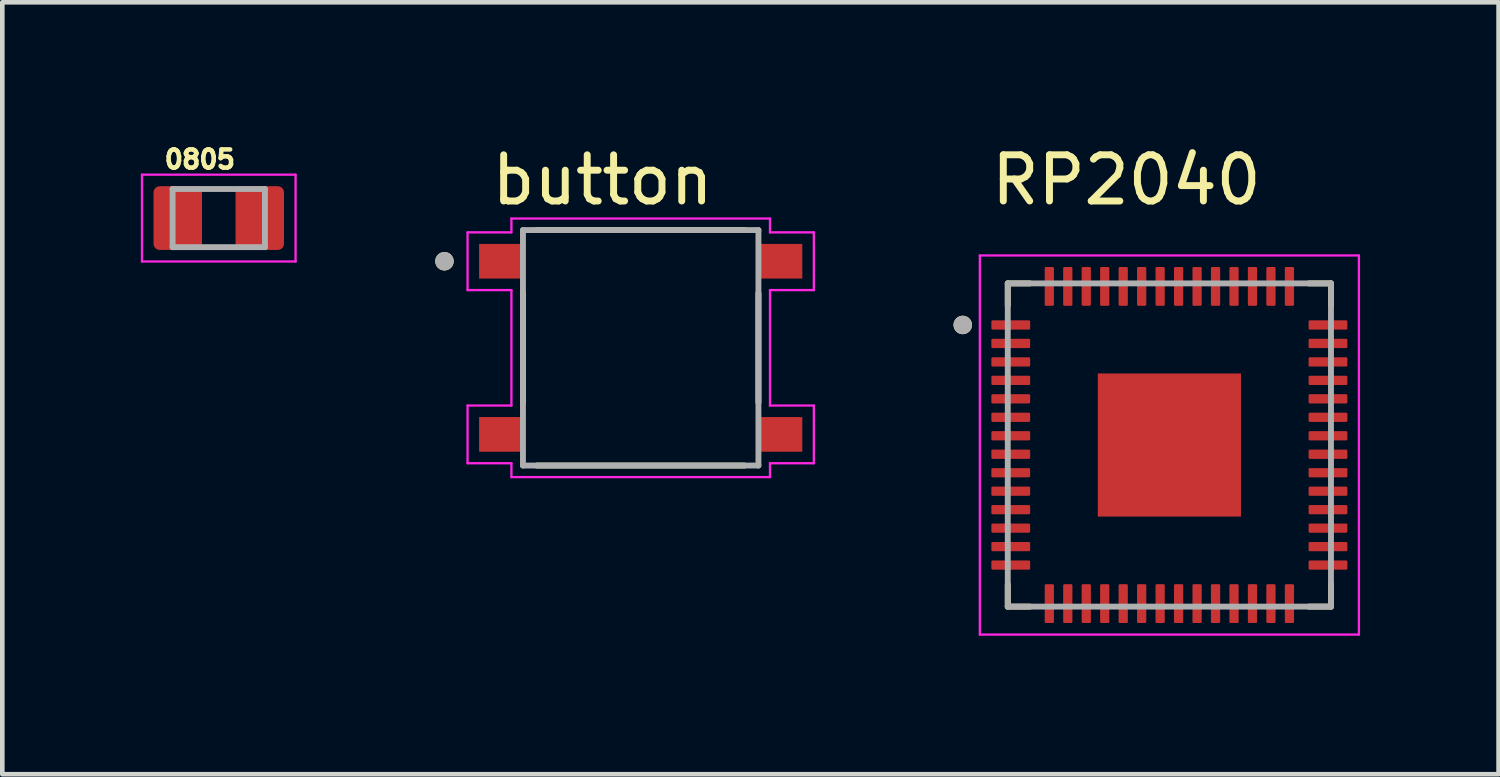
<source format=kicad_pcb>
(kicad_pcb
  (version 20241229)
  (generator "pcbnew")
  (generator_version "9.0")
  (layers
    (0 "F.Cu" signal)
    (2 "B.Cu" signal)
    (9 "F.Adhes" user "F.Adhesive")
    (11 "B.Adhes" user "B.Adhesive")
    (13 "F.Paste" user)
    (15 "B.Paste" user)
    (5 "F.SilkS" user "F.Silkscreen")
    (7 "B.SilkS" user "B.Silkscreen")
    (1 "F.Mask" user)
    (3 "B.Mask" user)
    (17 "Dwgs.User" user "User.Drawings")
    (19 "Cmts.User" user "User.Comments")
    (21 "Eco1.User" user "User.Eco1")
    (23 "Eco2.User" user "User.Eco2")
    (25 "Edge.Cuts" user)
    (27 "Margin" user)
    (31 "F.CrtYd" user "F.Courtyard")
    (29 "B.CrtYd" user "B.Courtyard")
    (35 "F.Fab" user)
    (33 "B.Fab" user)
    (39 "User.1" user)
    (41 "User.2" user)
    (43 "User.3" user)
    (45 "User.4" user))
  (footprint "RP2040"
    (layer "F.Cu")
    (at 22.276 6.588)
    (property "Reference" "RP2040" (at -0.93 -5.74 0) (layer "F.SilkS") (effects (font (size 1 1) (thickness 0.15))))
    (attr smd)
    (fp_line (start -3.5 -3.5) (end -3.5 -3.02) (stroke (width 0.127) (type solid)) (layer "F.SilkS"))
    (fp_line (start -3.5 -3.5) (end -3.02 -3.5) (stroke (width 0.127) (type solid)) (layer "F.SilkS"))
    (fp_line (start -3.5 3.5) (end -3.5 3.02) (stroke (width 0.127) (type solid)) (layer "F.SilkS"))
    (fp_line (start -3.5 3.5) (end -3.02 3.5) (stroke (width 0.127) (type solid)) (layer "F.SilkS"))
    (fp_line (start 3.5 -3.5) (end 3.02 -3.5) (stroke (width 0.127) (type solid)) (layer "F.SilkS"))
    (fp_line (start 3.5 -3.5) (end 3.5 -3.02) (stroke (width 0.127) (type solid)) (layer "F.SilkS"))
    (fp_line (start 3.5 3.5) (end 3.02 3.5) (stroke (width 0.127) (type solid)) (layer "F.SilkS"))
    (fp_line (start 3.5 3.5) (end 3.5 3.02) (stroke (width 0.127) (type solid)) (layer "F.SilkS"))
    (fp_circle (center -4.475 -2.6) (end -4.375 -2.6) (stroke (width 0.2) (type solid)) (fill no) (layer "F.SilkS"))
    (fp_poly (pts (xy -0.98 -0.98) (xy 0.98 -0.98) (xy 0.98 0.98) (xy -0.98 0.98)) (stroke (width 0.01) (type solid)) (fill yes) (layer "F.Paste"))
    (fp_line (start -4.105 -4.105) (end 4.105 -4.105) (stroke (width 0.05) (type solid)) (layer "F.CrtYd"))
    (fp_line (start -4.105 4.105) (end -4.105 -4.105) (stroke (width 0.05) (type solid)) (layer "F.CrtYd"))
    (fp_line (start -4.105 4.105) (end 4.105 4.105) (stroke (width 0.05) (type solid)) (layer "F.CrtYd"))
    (fp_line (start 4.105 4.105) (end 4.105 -4.105) (stroke (width 0.05) (type solid)) (layer "F.CrtYd"))
    (fp_line (start -3.5 3.5) (end -3.5 -3.5) (stroke (width 0.127) (type solid)) (layer "F.Fab"))
    (fp_line (start 3.5 -3.5) (end -3.5 -3.5) (stroke (width 0.127) (type solid)) (layer "F.Fab"))
    (fp_line (start 3.5 3.5) (end -3.5 3.5) (stroke (width 0.127) (type solid)) (layer "F.Fab"))
    (fp_line (start 3.5 3.5) (end 3.5 -3.5) (stroke (width 0.127) (type solid)) (layer "F.Fab"))
    (fp_circle (center -4.475 -2.6) (end -4.375 -2.6) (stroke (width 0.2) (type solid)) (fill no) (layer "F.Fab"))
    (pad "1" smd roundrect (at -3.435 -2.6) (size 0.84 0.2) (layers "F.Cu" "F.Mask" "F.Paste") (roundrect_rratio 0.125))
    (pad "2" smd roundrect (at -3.435 -2.2) (size 0.84 0.2) (layers "F.Cu" "F.Mask" "F.Paste") (roundrect_rratio 0.125))
    (pad "3" smd roundrect (at -3.435 -1.8) (size 0.84 0.2) (layers "F.Cu" "F.Mask" "F.Paste") (roundrect_rratio 0.125))
    (pad "4" smd roundrect (at -3.435 -1.4) (size 0.84 0.2) (layers "F.Cu" "F.Mask" "F.Paste") (roundrect_rratio 0.125))
    (pad "5" smd roundrect (at -3.435 -1) (size 0.84 0.2) (layers "F.Cu" "F.Mask" "F.Paste") (roundrect_rratio 0.125))
    (pad "6" smd roundrect (at -3.435 -0.6) (size 0.84 0.2) (layers "F.Cu" "F.Mask" "F.Paste") (roundrect_rratio 0.125))
    (pad "7" smd roundrect (at -3.435 -0.2) (size 0.84 0.2) (layers "F.Cu" "F.Mask" "F.Paste") (roundrect_rratio 0.125))
    (pad "8" smd roundrect (at -3.435 0.2) (size 0.84 0.2) (layers "F.Cu" "F.Mask" "F.Paste") (roundrect_rratio 0.125))
    (pad "9" smd roundrect (at -3.435 0.6) (size 0.84 0.2) (layers "F.Cu" "F.Mask" "F.Paste") (roundrect_rratio 0.125))
    (pad "10" smd roundrect (at -3.435 1) (size 0.84 0.2) (layers "F.Cu" "F.Mask" "F.Paste") (roundrect_rratio 0.125))
    (pad "11" smd roundrect (at -3.435 1.4) (size 0.84 0.2) (layers "F.Cu" "F.Mask" "F.Paste") (roundrect_rratio 0.125))
    (pad "12" smd roundrect (at -3.435 1.8) (size 0.84 0.2) (layers "F.Cu" "F.Mask" "F.Paste") (roundrect_rratio 0.125))
    (pad "13" smd roundrect (at -3.435 2.2) (size 0.84 0.2) (layers "F.Cu" "F.Mask" "F.Paste") (roundrect_rratio 0.125))
    (pad "14" smd roundrect (at -3.435 2.6) (size 0.84 0.2) (layers "F.Cu" "F.Mask" "F.Paste") (roundrect_rratio 0.125))
    (pad "15" smd roundrect (at -2.6 3.435) (size 0.2 0.84) (layers "F.Cu" "F.Mask" "F.Paste") (roundrect_rratio 0.125))
    (pad "16" smd roundrect (at -2.2 3.435) (size 0.2 0.84) (layers "F.Cu" "F.Mask" "F.Paste") (roundrect_rratio 0.125))
    (pad "17" smd roundrect (at -1.8 3.435) (size 0.2 0.84) (layers "F.Cu" "F.Mask" "F.Paste") (roundrect_rratio 0.125))
    (pad "18" smd roundrect (at -1.4 3.435) (size 0.2 0.84) (layers "F.Cu" "F.Mask" "F.Paste") (roundrect_rratio 0.125))
    (pad "19" smd roundrect (at -1 3.435) (size 0.2 0.84) (layers "F.Cu" "F.Mask" "F.Paste") (roundrect_rratio 0.125))
    (pad "20" smd roundrect (at -0.6 3.435) (size 0.2 0.84) (layers "F.Cu" "F.Mask" "F.Paste") (roundrect_rratio 0.125))
    (pad "21" smd roundrect (at -0.2 3.435) (size 0.2 0.84) (layers "F.Cu" "F.Mask" "F.Paste") (roundrect_rratio 0.125))
    (pad "22" smd roundrect (at 0.2 3.435) (size 0.2 0.84) (layers "F.Cu" "F.Mask" "F.Paste") (roundrect_rratio 0.125))
    (pad "23" smd roundrect (at 0.6 3.435) (size 0.2 0.84) (layers "F.Cu" "F.Mask" "F.Paste") (roundrect_rratio 0.125))
    (pad "24" smd roundrect (at 1 3.435) (size 0.2 0.84) (layers "F.Cu" "F.Mask" "F.Paste") (roundrect_rratio 0.125))
    (pad "25" smd roundrect (at 1.4 3.435) (size 0.2 0.84) (layers "F.Cu" "F.Mask" "F.Paste") (roundrect_rratio 0.125))
    (pad "26" smd roundrect (at 1.8 3.435) (size 0.2 0.84) (layers "F.Cu" "F.Mask" "F.Paste") (roundrect_rratio 0.125))
    (pad "27" smd roundrect (at 2.2 3.435) (size 0.2 0.84) (layers "F.Cu" "F.Mask" "F.Paste") (roundrect_rratio 0.125))
    (pad "28" smd roundrect (at 2.6 3.435) (size 0.2 0.84) (layers "F.Cu" "F.Mask" "F.Paste") (roundrect_rratio 0.125))
    (pad "29" smd roundrect (at 3.435 2.6) (size 0.84 0.2) (layers "F.Cu" "F.Mask" "F.Paste") (roundrect_rratio 0.125))
    (pad "30" smd roundrect (at 3.435 2.2) (size 0.84 0.2) (layers "F.Cu" "F.Mask" "F.Paste") (roundrect_rratio 0.125))
    (pad "31" smd roundrect (at 3.435 1.8) (size 0.84 0.2) (layers "F.Cu" "F.Mask" "F.Paste") (roundrect_rratio 0.125))
    (pad "32" smd roundrect (at 3.435 1.4) (size 0.84 0.2) (layers "F.Cu" "F.Mask" "F.Paste") (roundrect_rratio 0.125))
    (pad "33" smd roundrect (at 3.435 1) (size 0.84 0.2) (layers "F.Cu" "F.Mask" "F.Paste") (roundrect_rratio 0.125))
    (pad "34" smd roundrect (at 3.435 0.6) (size 0.84 0.2) (layers "F.Cu" "F.Mask" "F.Paste") (roundrect_rratio 0.125))
    (pad "35" smd roundrect (at 3.435 0.2) (size 0.84 0.2) (layers "F.Cu" "F.Mask" "F.Paste") (roundrect_rratio 0.125))
    (pad "36" smd roundrect (at 3.435 -0.2) (size 0.84 0.2) (layers "F.Cu" "F.Mask" "F.Paste") (roundrect_rratio 0.125))
    (pad "37" smd roundrect (at 3.435 -0.6) (size 0.84 0.2) (layers "F.Cu" "F.Mask" "F.Paste") (roundrect_rratio 0.125))
    (pad "38" smd roundrect (at 3.435 -1) (size 0.84 0.2) (layers "F.Cu" "F.Mask" "F.Paste") (roundrect_rratio 0.125))
    (pad "39" smd roundrect (at 3.435 -1.4) (size 0.84 0.2) (layers "F.Cu" "F.Mask" "F.Paste") (roundrect_rratio 0.125))
    (pad "40" smd roundrect (at 3.435 -1.8) (size 0.84 0.2) (layers "F.Cu" "F.Mask" "F.Paste") (roundrect_rratio 0.125))
    (pad "41" smd roundrect (at 3.435 -2.2) (size 0.84 0.2) (layers "F.Cu" "F.Mask" "F.Paste") (roundrect_rratio 0.125))
    (pad "42" smd roundrect (at 3.435 -2.6) (size 0.84 0.2) (layers "F.Cu" "F.Mask" "F.Paste") (roundrect_rratio 0.125))
    (pad "43" smd roundrect (at 2.6 -3.435) (size 0.2 0.84) (layers "F.Cu" "F.Mask" "F.Paste") (roundrect_rratio 0.125))
    (pad "44" smd roundrect (at 2.2 -3.435) (size 0.2 0.84) (layers "F.Cu" "F.Mask" "F.Paste") (roundrect_rratio 0.125))
    (pad "45" smd roundrect (at 1.8 -3.435) (size 0.2 0.84) (layers "F.Cu" "F.Mask" "F.Paste") (roundrect_rratio 0.125))
    (pad "46" smd roundrect (at 1.4 -3.435) (size 0.2 0.84) (layers "F.Cu" "F.Mask" "F.Paste") (roundrect_rratio 0.125))
    (pad "47" smd roundrect (at 1 -3.435) (size 0.2 0.84) (layers "F.Cu" "F.Mask" "F.Paste") (roundrect_rratio 0.125))
    (pad "48" smd roundrect (at 0.6 -3.435) (size 0.2 0.84) (layers "F.Cu" "F.Mask" "F.Paste") (roundrect_rratio 0.125))
    (pad "49" smd roundrect (at 0.2 -3.435) (size 0.2 0.84) (layers "F.Cu" "F.Mask" "F.Paste") (roundrect_rratio 0.125))
    (pad "50" smd roundrect (at -0.2 -3.435) (size 0.2 0.84) (layers "F.Cu" "F.Mask" "F.Paste") (roundrect_rratio 0.125))
    (pad "51" smd roundrect (at -0.6 -3.435) (size 0.2 0.84) (layers "F.Cu" "F.Mask" "F.Paste") (roundrect_rratio 0.125))
    (pad "52" smd roundrect (at -1 -3.435) (size 0.2 0.84) (layers "F.Cu" "F.Mask" "F.Paste") (roundrect_rratio 0.125))
    (pad "53" smd roundrect (at -1.4 -3.435) (size 0.2 0.84) (layers "F.Cu" "F.Mask" "F.Paste") (roundrect_rratio 0.125))
    (pad "54" smd roundrect (at -1.8 -3.435) (size 0.2 0.84) (layers "F.Cu" "F.Mask" "F.Paste") (roundrect_rratio 0.125))
    (pad "55" smd roundrect (at -2.2 -3.435) (size 0.2 0.84) (layers "F.Cu" "F.Mask" "F.Paste") (roundrect_rratio 0.125))
    (pad "56" smd roundrect (at -2.6 -3.435) (size 0.2 0.84) (layers "F.Cu" "F.Mask" "F.Paste") (roundrect_rratio 0.125))
    (pad "57" smd rect (at 0 0) (size 3.1 3.1) (layers "F.Cu" "F.Mask")))
  (footprint "0805"
    (layer "F.Cu")
    (at 1.688 1.673)
    (property "Reference" "0805" (at -0.41 -1.27 0) (layer "F.SilkS") (effects (font (size 0.394 0.394) (thickness 0.098))))
    (attr smd)
    (fp_line (start -1.663 -0.94) (end 1.663 -0.94) (stroke (width 0.05) (type solid)) (layer "F.CrtYd"))
    (fp_line (start -1.663 0.94) (end -1.663 -0.94) (stroke (width 0.05) (type solid)) (layer "F.CrtYd"))
    (fp_line (start -1.663 0.94) (end 1.663 0.94) (stroke (width 0.05) (type solid)) (layer "F.CrtYd"))
    (fp_line (start 1.663 0.94) (end 1.663 -0.94) (stroke (width 0.05) (type solid)) (layer "F.CrtYd"))
    (fp_line (start -1 0.63) (end -1 -0.63) (stroke (width 0.127) (type solid)) (layer "F.Fab"))
    (fp_line (start 1 -0.63) (end -1 -0.63) (stroke (width 0.127) (type solid)) (layer "F.Fab"))
    (fp_line (start 1 0.63) (end -1 0.63) (stroke (width 0.127) (type solid)) (layer "F.Fab"))
    (fp_line (start 1 0.63) (end 1 -0.63) (stroke (width 0.127) (type solid)) (layer "F.Fab"))
    (pad "1" smd roundrect (at -0.888 0) (size 1.05 1.38) (layers "F.Cu" "F.Mask" "F.Paste") (roundrect_rratio 0.125))
    (pad "2" smd roundrect (at 0.888 0) (size 1.05 1.38) (layers "F.Cu" "F.Mask" "F.Paste") (roundrect_rratio 0.125)))
  (footprint "button"
    (layer "F.Cu")
    (at 10.826 4.483)
    (property "Reference" "button" (at -0.825 -3.635 0) (layer "F.SilkS") (effects (font (size 1 1) (thickness 0.15))))
    (attr smd)
    (fp_line (start -2.55 -1.18) (end -2.55 1.18) (stroke (width 0.127) (type solid)) (layer "F.SilkS"))
    (fp_line (start 2.25 -2.55) (end -2.25 -2.55) (stroke (width 0.127) (type solid)) (layer "F.SilkS"))
    (fp_line (start 2.25 2.55) (end -2.25 2.55) (stroke (width 0.127) (type solid)) (layer "F.SilkS"))
    (fp_line (start 2.55 1.18) (end 2.55 -1.18) (stroke (width 0.127) (type solid)) (layer "F.SilkS"))
    (fp_circle (center -4.25 -1.875) (end -4.15 -1.875) (stroke (width 0.2) (type solid)) (fill no) (layer "F.SilkS"))
    (fp_line (start -3.75 -2.5) (end -3.75 -1.25) (stroke (width 0.05) (type solid)) (layer "F.CrtYd"))
    (fp_line (start -3.75 -2.5) (end -2.8 -2.5) (stroke (width 0.05) (type solid)) (layer "F.CrtYd"))
    (fp_line (start -3.75 -1.25) (end -2.8 -1.25) (stroke (width 0.05) (type solid)) (layer "F.CrtYd"))
    (fp_line (start -3.75 1.25) (end -2.8 1.25) (stroke (width 0.05) (type solid)) (layer "F.CrtYd"))
    (fp_line (start -3.75 2.5) (end -3.75 1.25) (stroke (width 0.05) (type solid)) (layer "F.CrtYd"))
    (fp_line (start -3.75 2.5) (end -2.8 2.5) (stroke (width 0.05) (type solid)) (layer "F.CrtYd"))
    (fp_line (start -2.8 -2.8) (end -2.8 -2.5) (stroke (width 0.05) (type solid)) (layer "F.CrtYd"))
    (fp_line (start -2.8 -1.25) (end -2.8 1.25) (stroke (width 0.05) (type solid)) (layer "F.CrtYd"))
    (fp_line (start -2.8 2.8) (end -2.8 2.5) (stroke (width 0.05) (type solid)) (layer "F.CrtYd"))
    (fp_line (start -2.8 2.8) (end 2.8 2.8) (stroke (width 0.05) (type solid)) (layer "F.CrtYd"))
    (fp_line (start 2.8 -2.8) (end -2.8 -2.8) (stroke (width 0.05) (type solid)) (layer "F.CrtYd"))
    (fp_line (start 2.8 -2.8) (end 2.8 -2.5) (stroke (width 0.05) (type solid)) (layer "F.CrtYd"))
    (fp_line (start 2.8 -1.25) (end 2.8 1.25) (stroke (width 0.05) (type solid)) (layer "F.CrtYd"))
    (fp_line (start 2.8 2.8) (end 2.8 2.5) (stroke (width 0.05) (type solid)) (layer "F.CrtYd"))
    (fp_line (start 3.75 -2.5) (end 2.8 -2.5) (stroke (width 0.05) (type solid)) (layer "F.CrtYd"))
    (fp_line (start 3.75 -2.5) (end 3.75 -1.25) (stroke (width 0.05) (type solid)) (layer "F.CrtYd"))
    (fp_line (start 3.75 -1.25) (end 2.8 -1.25) (stroke (width 0.05) (type solid)) (layer "F.CrtYd"))
    (fp_line (start 3.75 1.25) (end 2.8 1.25) (stroke (width 0.05) (type solid)) (layer "F.CrtYd"))
    (fp_line (start 3.75 2.5) (end 2.8 2.5) (stroke (width 0.05) (type solid)) (layer "F.CrtYd"))
    (fp_line (start 3.75 2.5) (end 3.75 1.25) (stroke (width 0.05) (type solid)) (layer "F.CrtYd"))
    (fp_line (start -2.55 -2.55) (end -2.55 2.55) (stroke (width 0.127) (type solid)) (layer "F.Fab"))
    (fp_line (start -2.55 2.55) (end 2.55 2.55) (stroke (width 0.127) (type solid)) (layer "F.Fab"))
    (fp_line (start 2.55 -2.55) (end -2.55 -2.55) (stroke (width 0.127) (type solid)) (layer "F.Fab"))
    (fp_line (start 2.55 2.55) (end 2.55 -2.55) (stroke (width 0.127) (type solid)) (layer "F.Fab"))
    (fp_circle (center -4.25 -1.875) (end -4.15 -1.875) (stroke (width 0.2) (type solid)) (fill no) (layer "F.Fab"))
    (pad "A" smd rect (at -3 -1.875) (size 1 0.75) (layers "F.Cu" "F.Mask" "F.Paste"))
    (pad "B" smd rect (at 3 -1.875) (size 1 0.75) (layers "F.Cu" "F.Mask" "F.Paste"))
    (pad "C" smd rect (at -3 1.875) (size 1 0.75) (layers "F.Cu" "F.Mask" "F.Paste"))
    (pad "D" smd rect (at 3 1.875) (size 1 0.75) (layers "F.Cu" "F.Mask" "F.Paste")))
  (gr_rect
    (start -3 -3)
    (end 29.406 13.718)
    (stroke (width 0.1) (type default))
    (fill no)
    (layer "Edge.Cuts")))
</source>
